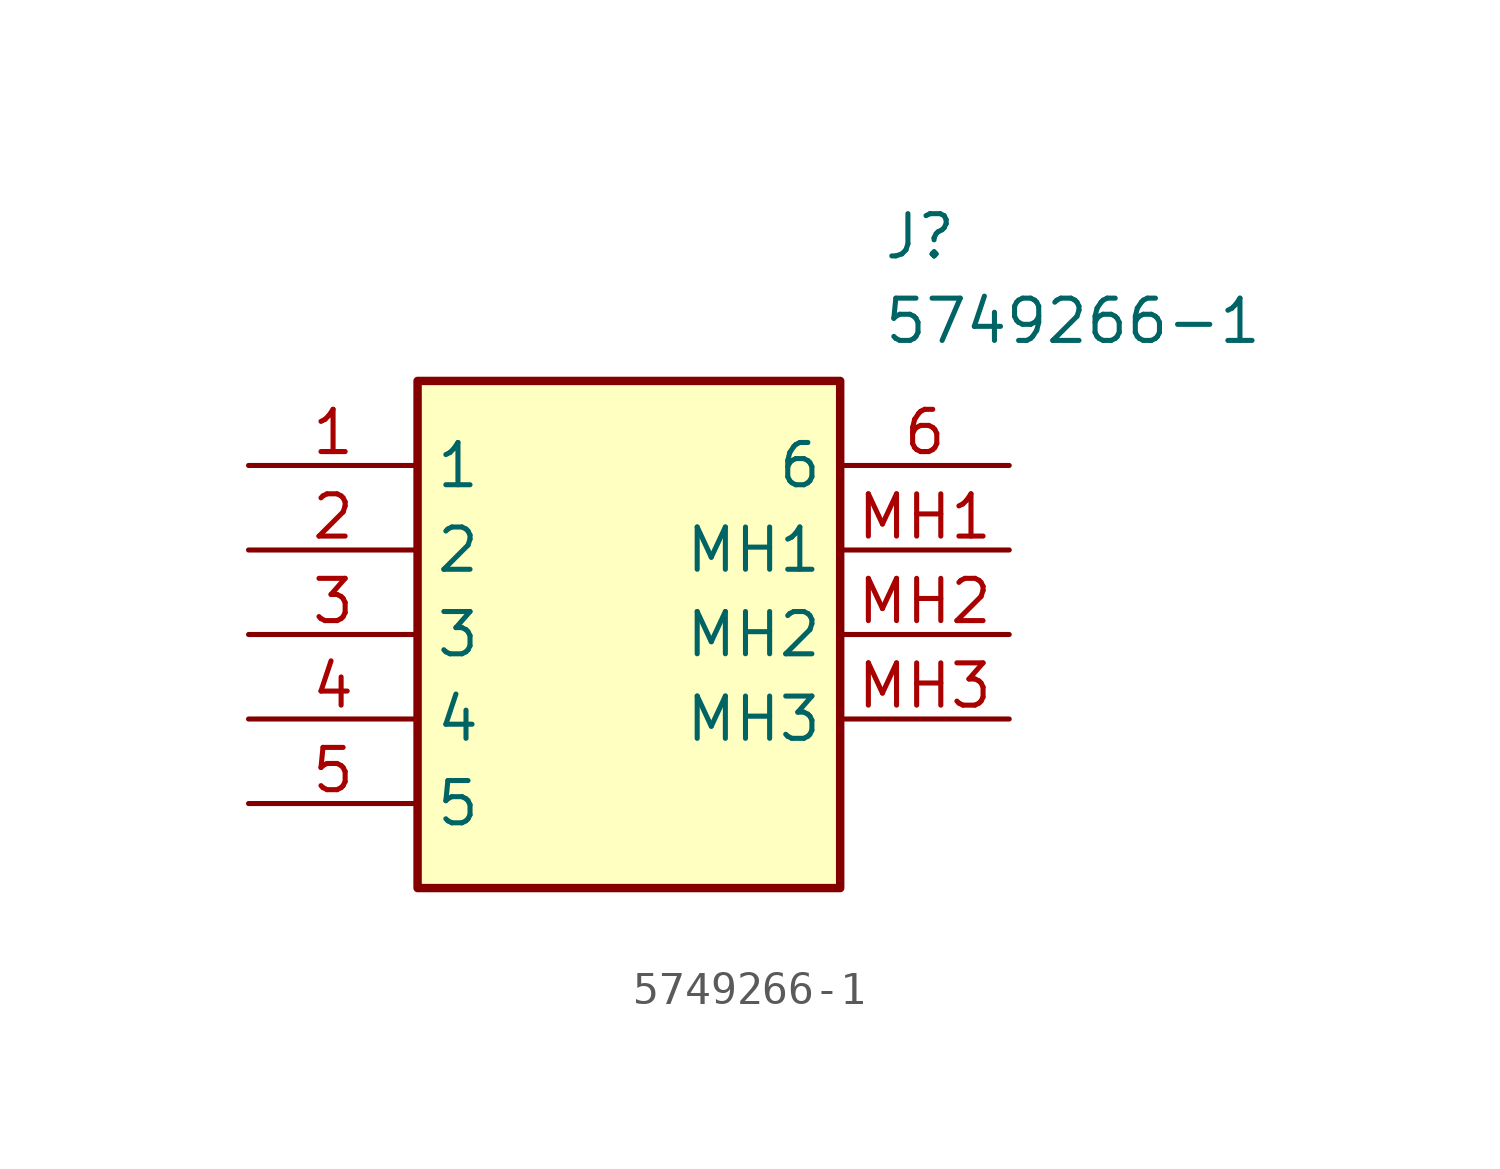
<source format=kicad_sym>
(kicad_symbol_lib
  (version 20211014)
  (generator SamacSys_ECAD_Model)
  (symbol "5749266-1"
    (property "Reference" "J"
      (at 19.05 7.62 0)
      (effects (font (size 1.27 1.27)) (justify left top)))
    (property "Value" "5749266-1"
      (at 19.05 5.08 0)
      (effects (font (size 1.27 1.27)) (justify left top)))
    (rectangle
      (start 5.08 2.54)
      (end 17.78 -12.7)
      (stroke (width 0.254) (type default))
      (fill (type background)))
    (pin passive line
      (at 0 0 0)
      (length 5.08)
      (name "1" (effects (font (size 1.27 1.27))))
      (number "1" (effects (font (size 1.27 1.27)))))
    (pin passive line
      (at 0 -2.54 0)
      (length 5.08)
      (name "2" (effects (font (size 1.27 1.27))))
      (number "2" (effects (font (size 1.27 1.27)))))
    (pin passive line
      (at 0 -5.08 0)
      (length 5.08)
      (name "3" (effects (font (size 1.27 1.27))))
      (number "3" (effects (font (size 1.27 1.27)))))
    (pin passive line
      (at 0 -7.62 0)
      (length 5.08)
      (name "4" (effects (font (size 1.27 1.27))))
      (number "4" (effects (font (size 1.27 1.27)))))
    (pin passive line
      (at 0 -10.16 0)
      (length 5.08)
      (name "5" (effects (font (size 1.27 1.27))))
      (number "5" (effects (font (size 1.27 1.27)))))
    (pin passive line
      (at 22.86 0 180)
      (length 5.08)
      (name "6" (effects (font (size 1.27 1.27))))
      (number "6" (effects (font (size 1.27 1.27)))))
    (pin passive line
      (at 22.86 -2.54 180)
      (length 5.08)
      (name "MH1" (effects (font (size 1.27 1.27))))
      (number "MH1" (effects (font (size 1.27 1.27)))))
    (pin passive line
      (at 22.86 -5.08 180)
      (length 5.08)
      (name "MH2" (effects (font (size 1.27 1.27))))
      (number "MH2" (effects (font (size 1.27 1.27)))))
    (pin passive line
      (at 22.86 -7.62 180)
      (length 5.08)
      (name "MH3" (effects (font (size 1.27 1.27))))
      (number "MH3" (effects (font (size 1.27 1.27)))))))
</source>
